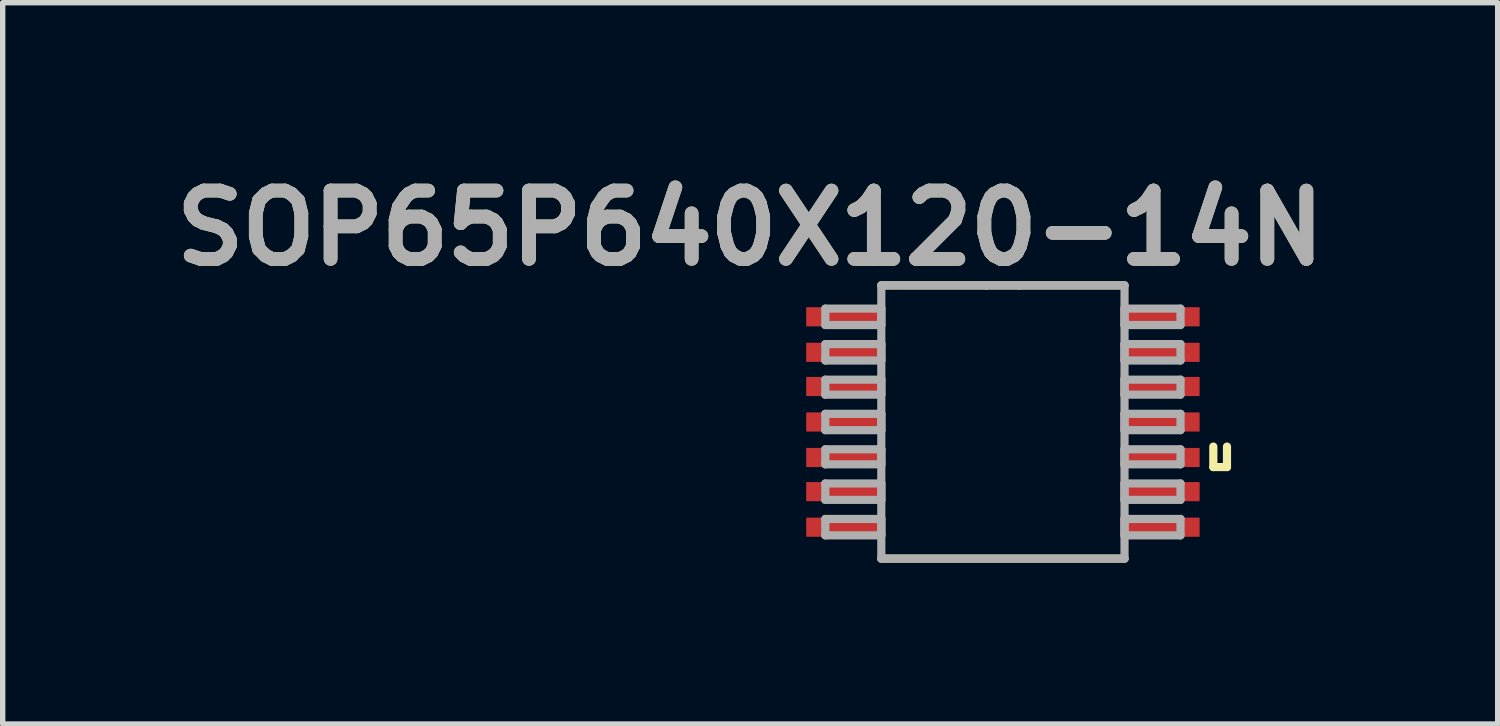
<source format=kicad_pcb>
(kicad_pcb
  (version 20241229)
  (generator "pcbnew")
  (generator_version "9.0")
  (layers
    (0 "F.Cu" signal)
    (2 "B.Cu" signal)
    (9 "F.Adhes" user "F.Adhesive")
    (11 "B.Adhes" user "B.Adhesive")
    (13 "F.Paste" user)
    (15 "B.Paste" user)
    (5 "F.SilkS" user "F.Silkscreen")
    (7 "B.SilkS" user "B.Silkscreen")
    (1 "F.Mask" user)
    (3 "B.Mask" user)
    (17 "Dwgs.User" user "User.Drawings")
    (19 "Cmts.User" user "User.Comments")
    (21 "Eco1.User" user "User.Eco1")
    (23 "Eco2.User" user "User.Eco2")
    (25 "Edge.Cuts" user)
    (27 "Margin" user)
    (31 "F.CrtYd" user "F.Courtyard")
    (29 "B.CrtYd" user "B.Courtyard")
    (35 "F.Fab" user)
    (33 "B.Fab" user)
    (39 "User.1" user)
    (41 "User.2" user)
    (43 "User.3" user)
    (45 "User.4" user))
  (footprint "SOP65P640X120-14N"
    (layer "F.Cu")
    (at 15.597 4.796)
    (property "Reference" "SOP65P640X120-14N" (at -4.699 -3.607 0) (layer "F.SilkS") (effects (font (size 1.27 1.27) (thickness 0.254))))
    (attr smd)
    (fp_line (start -2.261 2.54) (end 2.261 2.54) (stroke (width 0.152) (type solid)) (layer "F.SilkS"))
    (fp_line (start -0.305 -2.54) (end -2.261 -2.54) (stroke (width 0.152) (type solid)) (layer "F.SilkS"))
    (fp_line (start 0.305 -2.54) (end -0.305 -2.54) (stroke (width 0.152) (type solid)) (layer "F.SilkS"))
    (fp_line (start 2.261 -2.54) (end 0.305 -2.54) (stroke (width 0.152) (type solid)) (layer "F.SilkS"))
    (fp_line (start 3.912 0.838) (end 3.912 0.457) (stroke (width 0.152) (type solid)) (layer "F.SilkS"))
    (fp_line (start 4.166 0.457) (end 4.166 0.838) (stroke (width 0.152) (type solid)) (layer "F.SilkS"))
    (fp_line (start 4.166 0.838) (end 3.912 0.838) (stroke (width 0.152) (type solid)) (layer "F.SilkS"))
    (fp_line (start -3.302 -2.108) (end -3.302 -1.803) (stroke (width 0.152) (type solid)) (layer "F.Fab"))
    (fp_line (start -3.302 -1.803) (end -2.261 -1.803) (stroke (width 0.152) (type solid)) (layer "F.Fab"))
    (fp_line (start -3.302 -1.448) (end -3.302 -1.143) (stroke (width 0.152) (type solid)) (layer "F.Fab"))
    (fp_line (start -3.302 -1.143) (end -2.261 -1.143) (stroke (width 0.152) (type solid)) (layer "F.Fab"))
    (fp_line (start -3.302 -0.787) (end -3.302 -0.508) (stroke (width 0.152) (type solid)) (layer "F.Fab"))
    (fp_line (start -3.302 -0.508) (end -2.261 -0.508) (stroke (width 0.152) (type solid)) (layer "F.Fab"))
    (fp_line (start -3.302 -0.152) (end -3.302 0.152) (stroke (width 0.152) (type solid)) (layer "F.Fab"))
    (fp_line (start -3.302 0.152) (end -2.261 0.152) (stroke (width 0.152) (type solid)) (layer "F.Fab"))
    (fp_line (start -3.302 0.508) (end -3.302 0.787) (stroke (width 0.152) (type solid)) (layer "F.Fab"))
    (fp_line (start -3.302 0.787) (end -2.261 0.787) (stroke (width 0.152) (type solid)) (layer "F.Fab"))
    (fp_line (start -3.302 1.143) (end -3.302 1.448) (stroke (width 0.152) (type solid)) (layer "F.Fab"))
    (fp_line (start -3.302 1.448) (end -2.261 1.448) (stroke (width 0.152) (type solid)) (layer "F.Fab"))
    (fp_line (start -3.302 1.803) (end -3.302 2.108) (stroke (width 0.152) (type solid)) (layer "F.Fab"))
    (fp_line (start -3.302 2.108) (end -2.261 2.108) (stroke (width 0.152) (type solid)) (layer "F.Fab"))
    (fp_line (start -2.261 -2.54) (end -2.261 2.54) (stroke (width 0.152) (type solid)) (layer "F.Fab"))
    (fp_line (start -2.261 -2.108) (end -3.302 -2.108) (stroke (width 0.152) (type solid)) (layer "F.Fab"))
    (fp_line (start -2.261 -1.803) (end -2.261 -2.108) (stroke (width 0.152) (type solid)) (layer "F.Fab"))
    (fp_line (start -2.261 -1.448) (end -3.302 -1.448) (stroke (width 0.152) (type solid)) (layer "F.Fab"))
    (fp_line (start -2.261 -1.143) (end -2.261 -1.448) (stroke (width 0.152) (type solid)) (layer "F.Fab"))
    (fp_line (start -2.261 -0.787) (end -3.302 -0.787) (stroke (width 0.152) (type solid)) (layer "F.Fab"))
    (fp_line (start -2.261 -0.508) (end -2.261 -0.787) (stroke (width 0.152) (type solid)) (layer "F.Fab"))
    (fp_line (start -2.261 -0.152) (end -3.302 -0.152) (stroke (width 0.152) (type solid)) (layer "F.Fab"))
    (fp_line (start -2.261 0.152) (end -2.261 -0.152) (stroke (width 0.152) (type solid)) (layer "F.Fab"))
    (fp_line (start -2.261 0.508) (end -3.302 0.508) (stroke (width 0.152) (type solid)) (layer "F.Fab"))
    (fp_line (start -2.261 0.787) (end -2.261 0.508) (stroke (width 0.152) (type solid)) (layer "F.Fab"))
    (fp_line (start -2.261 1.143) (end -3.302 1.143) (stroke (width 0.152) (type solid)) (layer "F.Fab"))
    (fp_line (start -2.261 1.448) (end -2.261 1.143) (stroke (width 0.152) (type solid)) (layer "F.Fab"))
    (fp_line (start -2.261 1.803) (end -3.302 1.803) (stroke (width 0.152) (type solid)) (layer "F.Fab"))
    (fp_line (start -2.261 2.108) (end -2.261 1.803) (stroke (width 0.152) (type solid)) (layer "F.Fab"))
    (fp_line (start -2.261 2.54) (end 2.261 2.54) (stroke (width 0.152) (type solid)) (layer "F.Fab"))
    (fp_line (start -0.305 -2.54) (end -2.261 -2.54) (stroke (width 0.152) (type solid)) (layer "F.Fab"))
    (fp_line (start 0.305 -2.54) (end -0.305 -2.54) (stroke (width 0.152) (type solid)) (layer "F.Fab"))
    (fp_line (start 2.261 -2.54) (end 0.305 -2.54) (stroke (width 0.152) (type solid)) (layer "F.Fab"))
    (fp_line (start 2.261 -2.108) (end 2.261 -1.803) (stroke (width 0.152) (type solid)) (layer "F.Fab"))
    (fp_line (start 2.261 -1.803) (end 3.302 -1.803) (stroke (width 0.152) (type solid)) (layer "F.Fab"))
    (fp_line (start 2.261 -1.448) (end 2.261 -1.143) (stroke (width 0.152) (type solid)) (layer "F.Fab"))
    (fp_line (start 2.261 -1.143) (end 3.302 -1.143) (stroke (width 0.152) (type solid)) (layer "F.Fab"))
    (fp_line (start 2.261 -0.787) (end 2.261 -0.508) (stroke (width 0.152) (type solid)) (layer "F.Fab"))
    (fp_line (start 2.261 -0.508) (end 3.302 -0.508) (stroke (width 0.152) (type solid)) (layer "F.Fab"))
    (fp_line (start 2.261 -0.152) (end 2.261 0.152) (stroke (width 0.152) (type solid)) (layer "F.Fab"))
    (fp_line (start 2.261 0.152) (end 3.302 0.152) (stroke (width 0.152) (type solid)) (layer "F.Fab"))
    (fp_line (start 2.261 0.508) (end 2.261 0.787) (stroke (width 0.152) (type solid)) (layer "F.Fab"))
    (fp_line (start 2.261 0.787) (end 3.302 0.787) (stroke (width 0.152) (type solid)) (layer "F.Fab"))
    (fp_line (start 2.261 1.143) (end 2.261 1.448) (stroke (width 0.152) (type solid)) (layer "F.Fab"))
    (fp_line (start 2.261 1.448) (end 3.302 1.448) (stroke (width 0.152) (type solid)) (layer "F.Fab"))
    (fp_line (start 2.261 1.803) (end 2.261 2.108) (stroke (width 0.152) (type solid)) (layer "F.Fab"))
    (fp_line (start 2.261 2.108) (end 3.302 2.108) (stroke (width 0.152) (type solid)) (layer "F.Fab"))
    (fp_line (start 2.261 2.54) (end 2.261 -2.54) (stroke (width 0.152) (type solid)) (layer "F.Fab"))
    (fp_line (start 3.302 -2.108) (end 2.261 -2.108) (stroke (width 0.152) (type solid)) (layer "F.Fab"))
    (fp_line (start 3.302 -1.803) (end 3.302 -2.108) (stroke (width 0.152) (type solid)) (layer "F.Fab"))
    (fp_line (start 3.302 -1.448) (end 2.261 -1.448) (stroke (width 0.152) (type solid)) (layer "F.Fab"))
    (fp_line (start 3.302 -1.143) (end 3.302 -1.448) (stroke (width 0.152) (type solid)) (layer "F.Fab"))
    (fp_line (start 3.302 -0.787) (end 2.261 -0.787) (stroke (width 0.152) (type solid)) (layer "F.Fab"))
    (fp_line (start 3.302 -0.508) (end 3.302 -0.787) (stroke (width 0.152) (type solid)) (layer "F.Fab"))
    (fp_line (start 3.302 -0.152) (end 2.261 -0.152) (stroke (width 0.152) (type solid)) (layer "F.Fab"))
    (fp_line (start 3.302 0.152) (end 3.302 -0.152) (stroke (width 0.152) (type solid)) (layer "F.Fab"))
    (fp_line (start 3.302 0.508) (end 2.261 0.508) (stroke (width 0.152) (type solid)) (layer "F.Fab"))
    (fp_line (start 3.302 0.787) (end 3.302 0.508) (stroke (width 0.152) (type solid)) (layer "F.Fab"))
    (fp_line (start 3.302 1.143) (end 2.261 1.143) (stroke (width 0.152) (type solid)) (layer "F.Fab"))
    (fp_line (start 3.302 1.448) (end 3.302 1.143) (stroke (width 0.152) (type solid)) (layer "F.Fab"))
    (fp_line (start 3.302 1.803) (end 2.261 1.803) (stroke (width 0.152) (type solid)) (layer "F.Fab"))
    (fp_line (start 3.302 2.108) (end 3.302 1.803) (stroke (width 0.152) (type solid)) (layer "F.Fab"))
    (fp_text user "${REFERENCE}" (at -4.699 -3.607 0) (layer "F.Fab") (effects (font (size 1.27 1.27) (thickness 0.254))))
    (pad "1" smd rect (at -2.921 -1.956 90) (size 0.356 1.473) (layers "F.Cu" "F.Mask" "F.Paste"))
    (pad "2" smd rect (at -2.921 -1.295 90) (size 0.356 1.473) (layers "F.Cu" "F.Mask" "F.Paste"))
    (pad "3" smd rect (at -2.921 -0.66 90) (size 0.356 1.473) (layers "F.Cu" "F.Mask" "F.Paste"))
    (pad "4" smd rect (at -2.921 0 90) (size 0.356 1.473) (layers "F.Cu" "F.Mask" "F.Paste"))
    (pad "5" smd rect (at -2.921 0.66 90) (size 0.356 1.473) (layers "F.Cu" "F.Mask" "F.Paste"))
    (pad "6" smd rect (at -2.921 1.295 90) (size 0.356 1.473) (layers "F.Cu" "F.Mask" "F.Paste"))
    (pad "7" smd rect (at -2.921 1.956 90) (size 0.356 1.473) (layers "F.Cu" "F.Mask" "F.Paste"))
    (pad "8" smd rect (at 2.921 1.956 90) (size 0.356 1.473) (layers "F.Cu" "F.Mask" "F.Paste"))
    (pad "9" smd rect (at 2.921 1.295 90) (size 0.356 1.473) (layers "F.Cu" "F.Mask" "F.Paste"))
    (pad "10" smd rect (at 2.921 0.66 90) (size 0.356 1.473) (layers "F.Cu" "F.Mask" "F.Paste"))
    (pad "11" smd rect (at 2.921 0 90) (size 0.356 1.473) (layers "F.Cu" "F.Mask" "F.Paste"))
    (pad "12" smd rect (at 2.921 -0.66 90) (size 0.356 1.473) (layers "F.Cu" "F.Mask" "F.Paste"))
    (pad "13" smd rect (at 2.921 -1.295 90) (size 0.356 1.473) (layers "F.Cu" "F.Mask" "F.Paste"))
    (pad "14" smd rect (at 2.921 -1.956 90) (size 0.356 1.473) (layers "F.Cu" "F.Mask" "F.Paste")))
  (gr_rect
    (start -3 -3)
    (end 24.796 10.412)
    (stroke (width 0.1) (type default))
    (fill no)
    (layer "Edge.Cuts")))
</source>
